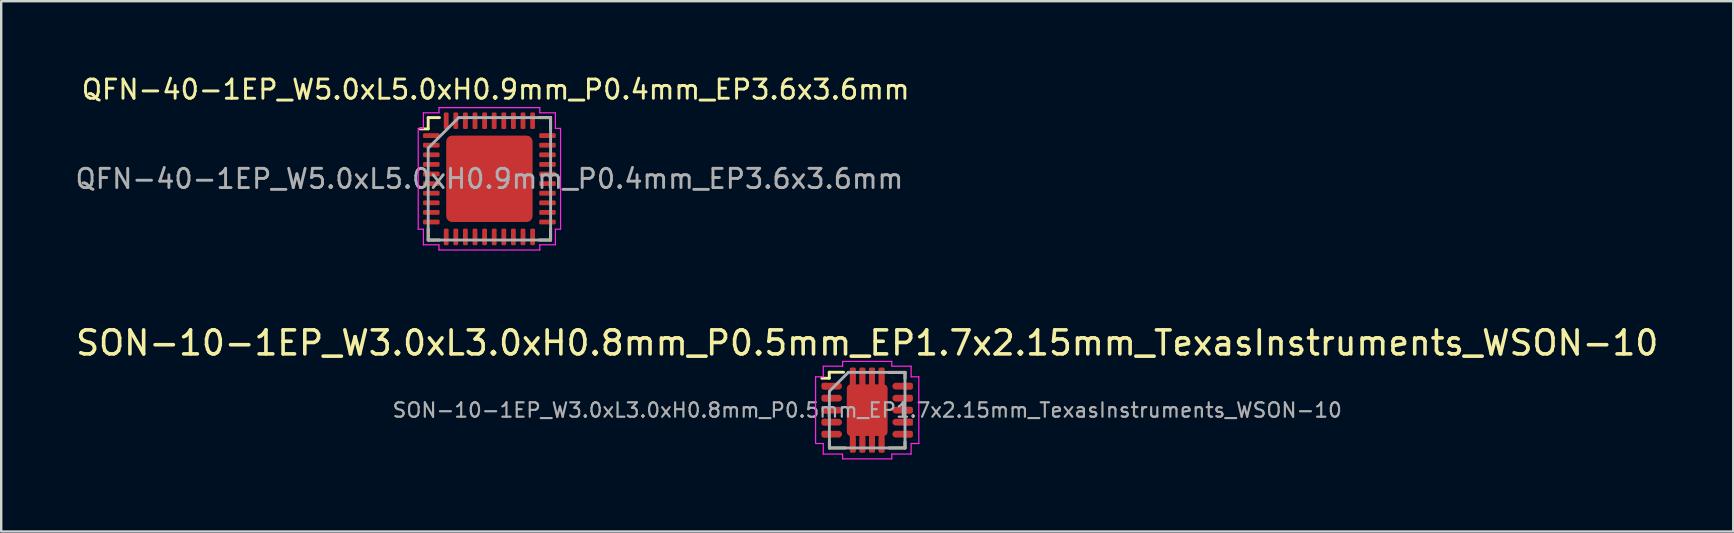
<source format=kicad_pcb>
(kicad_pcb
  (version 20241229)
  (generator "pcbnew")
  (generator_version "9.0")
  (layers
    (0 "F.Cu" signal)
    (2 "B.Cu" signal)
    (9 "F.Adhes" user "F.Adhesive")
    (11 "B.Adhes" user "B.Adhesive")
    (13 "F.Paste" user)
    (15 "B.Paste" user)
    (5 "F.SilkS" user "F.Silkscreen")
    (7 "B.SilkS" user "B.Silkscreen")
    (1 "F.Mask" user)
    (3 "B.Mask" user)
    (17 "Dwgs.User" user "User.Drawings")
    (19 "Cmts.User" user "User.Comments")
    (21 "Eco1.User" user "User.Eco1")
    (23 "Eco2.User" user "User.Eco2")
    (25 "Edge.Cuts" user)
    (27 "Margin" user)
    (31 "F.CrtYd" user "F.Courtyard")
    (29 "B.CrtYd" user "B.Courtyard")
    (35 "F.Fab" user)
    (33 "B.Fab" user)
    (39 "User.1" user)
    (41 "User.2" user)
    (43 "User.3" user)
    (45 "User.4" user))
  (footprint "QFN-40-1EP_W5.0xL5.0xH0.9mm_P0.4mm_EP3.6x3.6mm"
    (layer "F.Cu")
    (at 17.338 4.399)
    (property "Reference" "QFN-40-1EP_W5.0xL5.0xH0.9mm_P0.4mm_EP3.6x3.6mm" (at 0.26 -3.72 0) (layer "F.SilkS") (effects (font (size 0.8 0.8) (thickness 0.12))))
    (attr smd)
    (fp_line (start -2.55 -2.55) (end -2.08 -2.55) (stroke (width 0.12) (type solid)) (layer "F.SilkS"))
    (fp_line (start -2.55 -2.08) (end -2.88 -2.08) (stroke (width 0.12) (type solid)) (layer "F.SilkS"))
    (fp_line (start -2.55 -2.08) (end -2.55 -2.55) (stroke (width 0.12) (type solid)) (layer "F.SilkS"))
    (fp_line (start -2.55 2.08) (end -2.55 2.55) (stroke (width 0.12) (type solid)) (layer "F.SilkS"))
    (fp_line (start -2.55 2.55) (end -2.08 2.55) (stroke (width 0.12) (type solid)) (layer "F.SilkS"))
    (fp_line (start 2.55 -2.55) (end 2.08 -2.55) (stroke (width 0.12) (type solid)) (layer "F.SilkS"))
    (fp_line (start 2.55 -2.08) (end 2.55 -2.55) (stroke (width 0.12) (type solid)) (layer "F.SilkS"))
    (fp_line (start 2.55 2.08) (end 2.55 2.55) (stroke (width 0.12) (type solid)) (layer "F.SilkS"))
    (fp_line (start 2.55 2.55) (end 2.08 2.55) (stroke (width 0.12) (type solid)) (layer "F.SilkS"))
    (fp_line (start -2.965 -2.1) (end -2.965 2.1) (stroke (width 0.05) (type solid)) (layer "F.CrtYd"))
    (fp_line (start -2.965 2.1) (end -2.75 2.1) (stroke (width 0.05) (type solid)) (layer "F.CrtYd"))
    (fp_line (start -2.75 -2.75) (end -2.75 -2.1) (stroke (width 0.05) (type solid)) (layer "F.CrtYd"))
    (fp_line (start -2.75 -2.1) (end -2.965 -2.1) (stroke (width 0.05) (type solid)) (layer "F.CrtYd"))
    (fp_line (start -2.75 2.1) (end -2.75 2.75) (stroke (width 0.05) (type solid)) (layer "F.CrtYd"))
    (fp_line (start -2.75 2.75) (end -2.1 2.75) (stroke (width 0.05) (type solid)) (layer "F.CrtYd"))
    (fp_line (start -2.1 -2.965) (end -2.1 -2.75) (stroke (width 0.05) (type solid)) (layer "F.CrtYd"))
    (fp_line (start -2.1 -2.75) (end -2.75 -2.75) (stroke (width 0.05) (type solid)) (layer "F.CrtYd"))
    (fp_line (start -2.1 2.75) (end -2.1 2.965) (stroke (width 0.05) (type solid)) (layer "F.CrtYd"))
    (fp_line (start -2.1 2.965) (end 2.1 2.965) (stroke (width 0.05) (type solid)) (layer "F.CrtYd"))
    (fp_line (start 2.1 -2.965) (end -2.1 -2.965) (stroke (width 0.05) (type solid)) (layer "F.CrtYd"))
    (fp_line (start 2.1 -2.75) (end 2.1 -2.965) (stroke (width 0.05) (type solid)) (layer "F.CrtYd"))
    (fp_line (start 2.1 2.75) (end 2.75 2.75) (stroke (width 0.05) (type solid)) (layer "F.CrtYd"))
    (fp_line (start 2.1 2.965) (end 2.1 2.75) (stroke (width 0.05) (type solid)) (layer "F.CrtYd"))
    (fp_line (start 2.75 -2.75) (end 2.1 -2.75) (stroke (width 0.05) (type solid)) (layer "F.CrtYd"))
    (fp_line (start 2.75 -2.1) (end 2.75 -2.75) (stroke (width 0.05) (type solid)) (layer "F.CrtYd"))
    (fp_line (start 2.75 2.1) (end 2.965 2.1) (stroke (width 0.05) (type solid)) (layer "F.CrtYd"))
    (fp_line (start 2.75 2.75) (end 2.75 2.1) (stroke (width 0.05) (type solid)) (layer "F.CrtYd"))
    (fp_line (start 2.965 -2.1) (end 2.75 -2.1) (stroke (width 0.05) (type solid)) (layer "F.CrtYd"))
    (fp_line (start 2.965 2.1) (end 2.965 -2.1) (stroke (width 0.05) (type solid)) (layer "F.CrtYd"))
    (fp_line (start -2.55 -1.28) (end -1.28 -2.55) (stroke (width 0.12) (type solid)) (layer "F.Fab"))
    (fp_line (start -2.55 2.55) (end -2.55 -1.28) (stroke (width 0.12) (type solid)) (layer "F.Fab"))
    (fp_line (start -1.28 -2.55) (end 2.55 -2.55) (stroke (width 0.12) (type solid)) (layer "F.Fab"))
    (fp_line (start 2.55 -2.55) (end 2.55 2.55) (stroke (width 0.12) (type solid)) (layer "F.Fab"))
    (fp_line (start 2.55 2.55) (end -2.55 2.55) (stroke (width 0.12) (type solid)) (layer "F.Fab"))
    (fp_text user "${REFERENCE}" (at 0 0 0) (layer "F.Fab") (effects (font (size 0.8 0.8) (thickness 0.12))))
    (pad "" smd roundrect (at -0.9 -0.9) (size 1.27 1.27) (layers "F.Paste") (roundrect_rratio 0.25))
    (pad "" smd roundrect (at -0.9 0.9) (size 1.27 1.27) (layers "F.Paste") (roundrect_rratio 0.25))
    (pad "" smd roundrect (at 0.9 -0.9) (size 1.27 1.27) (layers "F.Paste") (roundrect_rratio 0.25))
    (pad "" smd roundrect (at 0.9 0.9) (size 1.27 1.27) (layers "F.Paste") (roundrect_rratio 0.25))
    (pad "1" smd roundrect (at -2.42 -1.8) (size 0.69 0.2) (layers "F.Cu" "F.Mask" "F.Paste") (roundrect_rratio 0.25))
    (pad "2" smd roundrect (at -2.42 -1.4) (size 0.69 0.2) (layers "F.Cu" "F.Mask" "F.Paste") (roundrect_rratio 0.25))
    (pad "3" smd roundrect (at -2.42 -1) (size 0.69 0.2) (layers "F.Cu" "F.Mask" "F.Paste") (roundrect_rratio 0.25))
    (pad "4" smd roundrect (at -2.42 -0.6) (size 0.69 0.2) (layers "F.Cu" "F.Mask" "F.Paste") (roundrect_rratio 0.25))
    (pad "5" smd roundrect (at -2.42 -0.2) (size 0.69 0.2) (layers "F.Cu" "F.Mask" "F.Paste") (roundrect_rratio 0.25))
    (pad "6" smd roundrect (at -2.42 0.2) (size 0.69 0.2) (layers "F.Cu" "F.Mask" "F.Paste") (roundrect_rratio 0.25))
    (pad "7" smd roundrect (at -2.42 0.6) (size 0.69 0.2) (layers "F.Cu" "F.Mask" "F.Paste") (roundrect_rratio 0.25))
    (pad "8" smd roundrect (at -2.42 1) (size 0.69 0.2) (layers "F.Cu" "F.Mask" "F.Paste") (roundrect_rratio 0.25))
    (pad "9" smd roundrect (at -2.42 1.4) (size 0.69 0.2) (layers "F.Cu" "F.Mask" "F.Paste") (roundrect_rratio 0.25))
    (pad "10" smd roundrect (at -2.42 1.8) (size 0.69 0.2) (layers "F.Cu" "F.Mask" "F.Paste") (roundrect_rratio 0.25))
    (pad "11" smd roundrect (at -1.8 2.42 90) (size 0.69 0.2) (layers "F.Cu" "F.Mask" "F.Paste") (roundrect_rratio 0.25))
    (pad "12" smd roundrect (at -1.4 2.42 90) (size 0.69 0.2) (layers "F.Cu" "F.Mask" "F.Paste") (roundrect_rratio 0.25))
    (pad "13" smd roundrect (at -1 2.42 90) (size 0.69 0.2) (layers "F.Cu" "F.Mask" "F.Paste") (roundrect_rratio 0.25))
    (pad "14" smd roundrect (at -0.6 2.42 90) (size 0.69 0.2) (layers "F.Cu" "F.Mask" "F.Paste") (roundrect_rratio 0.25))
    (pad "15" smd roundrect (at -0.2 2.42 90) (size 0.69 0.2) (layers "F.Cu" "F.Mask" "F.Paste") (roundrect_rratio 0.25))
    (pad "16" smd roundrect (at 0.2 2.42 90) (size 0.69 0.2) (layers "F.Cu" "F.Mask" "F.Paste") (roundrect_rratio 0.25))
    (pad "17" smd roundrect (at 0.6 2.42 90) (size 0.69 0.2) (layers "F.Cu" "F.Mask" "F.Paste") (roundrect_rratio 0.25))
    (pad "18" smd roundrect (at 1 2.42 90) (size 0.69 0.2) (layers "F.Cu" "F.Mask" "F.Paste") (roundrect_rratio 0.25))
    (pad "19" smd roundrect (at 1.4 2.42 90) (size 0.69 0.2) (layers "F.Cu" "F.Mask" "F.Paste") (roundrect_rratio 0.25))
    (pad "20" smd roundrect (at 1.8 2.42 90) (size 0.69 0.2) (layers "F.Cu" "F.Mask" "F.Paste") (roundrect_rratio 0.25))
    (pad "21" smd roundrect (at 2.42 1.8) (size 0.69 0.2) (layers "F.Cu" "F.Mask" "F.Paste") (roundrect_rratio 0.25))
    (pad "22" smd roundrect (at 2.42 1.4) (size 0.69 0.2) (layers "F.Cu" "F.Mask" "F.Paste") (roundrect_rratio 0.25))
    (pad "23" smd roundrect (at 2.42 1) (size 0.69 0.2) (layers "F.Cu" "F.Mask" "F.Paste") (roundrect_rratio 0.25))
    (pad "24" smd roundrect (at 2.42 0.6) (size 0.69 0.2) (layers "F.Cu" "F.Mask" "F.Paste") (roundrect_rratio 0.25))
    (pad "25" smd roundrect (at 2.42 0.2) (size 0.69 0.2) (layers "F.Cu" "F.Mask" "F.Paste") (roundrect_rratio 0.25))
    (pad "26" smd roundrect (at 2.42 -0.2) (size 0.69 0.2) (layers "F.Cu" "F.Mask" "F.Paste") (roundrect_rratio 0.25))
    (pad "27" smd roundrect (at 2.42 -0.6) (size 0.69 0.2) (layers "F.Cu" "F.Mask" "F.Paste") (roundrect_rratio 0.25))
    (pad "28" smd roundrect (at 2.42 -1) (size 0.69 0.2) (layers "F.Cu" "F.Mask" "F.Paste") (roundrect_rratio 0.25))
    (pad "29" smd roundrect (at 2.42 -1.4) (size 0.69 0.2) (layers "F.Cu" "F.Mask" "F.Paste") (roundrect_rratio 0.25))
    (pad "30" smd roundrect (at 2.42 -1.8) (size 0.69 0.2) (layers "F.Cu" "F.Mask" "F.Paste") (roundrect_rratio 0.25))
    (pad "31" smd roundrect (at 1.8 -2.42 90) (size 0.69 0.2) (layers "F.Cu" "F.Mask" "F.Paste") (roundrect_rratio 0.25))
    (pad "32" smd roundrect (at 1.4 -2.42 90) (size 0.69 0.2) (layers "F.Cu" "F.Mask" "F.Paste") (roundrect_rratio 0.25))
    (pad "33" smd roundrect (at 1 -2.42 90) (size 0.69 0.2) (layers "F.Cu" "F.Mask" "F.Paste") (roundrect_rratio 0.25))
    (pad "34" smd roundrect (at 0.6 -2.42 90) (size 0.69 0.2) (layers "F.Cu" "F.Mask" "F.Paste") (roundrect_rratio 0.25))
    (pad "35" smd roundrect (at 0.2 -2.42 90) (size 0.69 0.2) (layers "F.Cu" "F.Mask" "F.Paste") (roundrect_rratio 0.25))
    (pad "36" smd roundrect (at -0.2 -2.42 90) (size 0.69 0.2) (layers "F.Cu" "F.Mask" "F.Paste") (roundrect_rratio 0.25))
    (pad "37" smd roundrect (at -0.6 -2.42 90) (size 0.69 0.2) (layers "F.Cu" "F.Mask" "F.Paste") (roundrect_rratio 0.25))
    (pad "38" smd roundrect (at -1 -2.42 90) (size 0.69 0.2) (layers "F.Cu" "F.Mask" "F.Paste") (roundrect_rratio 0.25))
    (pad "39" smd roundrect (at -1.4 -2.42 90) (size 0.69 0.2) (layers "F.Cu" "F.Mask" "F.Paste") (roundrect_rratio 0.25))
    (pad "40" smd roundrect (at -1.8 -2.42 90) (size 0.69 0.2) (layers "F.Cu" "F.Mask" "F.Paste") (roundrect_rratio 0.25))
    (pad "41" smd roundrect (at 0 0) (size 3.6 3.6) (layers "F.Cu" "F.Mask") (roundrect_rratio 0.069)))
  (footprint "SON-10-1EP_W3.0xL3.0xH0.8mm_P0.5mm_EP1.7x2.15mm_TexasInstruments_WSON-10"
    (layer "F.Cu")
    (at 33.077 14.037)
    (property "Reference" "SON-10-1EP_W3.0xL3.0xH0.8mm_P0.5mm_EP1.7x2.15mm_TexasInstruments_WSON-10" (at 0 -2.8 0) (unlocked yes) (layer "F.SilkS") (effects (font (size 1 1) (thickness 0.15))))
    (attr smd)
    (fp_line (start -1.58 -1.58) (end -0.985 -1.58) (stroke (width 0.12) (type solid)) (layer "F.SilkS"))
    (fp_line (start -1.58 -1.33) (end -1.89 -1.33) (stroke (width 0.12) (type solid)) (layer "F.SilkS"))
    (fp_line (start -1.58 -1.33) (end -1.58 -1.58) (stroke (width 0.12) (type solid)) (layer "F.SilkS"))
    (fp_line (start -1.575 1.575) (end -1.575 1.325) (stroke (width 0.12) (type solid)) (layer "F.SilkS"))
    (fp_line (start -1.575 1.575) (end -0.91 1.575) (stroke (width 0.12) (type solid)) (layer "F.SilkS"))
    (fp_line (start 0.91 -1.575) (end 1.575 -1.575) (stroke (width 0.12) (type solid)) (layer "F.SilkS"))
    (fp_line (start 0.91 1.575) (end 1.575 1.575) (stroke (width 0.12) (type solid)) (layer "F.SilkS"))
    (fp_line (start 1.575 -1.325) (end 1.575 -1.575) (stroke (width 0.12) (type solid)) (layer "F.SilkS"))
    (fp_line (start 1.575 1.325) (end 1.575 1.575) (stroke (width 0.12) (type solid)) (layer "F.SilkS"))
    (fp_line (start -2.15 -1.39) (end -2.15 1.39) (stroke (width 0.05) (type solid)) (layer "F.CrtYd"))
    (fp_line (start -2.15 -1.39) (end -1.83 -1.39) (stroke (width 0.05) (type solid)) (layer "F.CrtYd"))
    (fp_line (start -2.15 1.39) (end -1.83 1.39) (stroke (width 0.05) (type solid)) (layer "F.CrtYd"))
    (fp_line (start -1.83 -1.83) (end -1.83 -1.39) (stroke (width 0.05) (type solid)) (layer "F.CrtYd"))
    (fp_line (start -1.83 -1.83) (end -1.03 -1.83) (stroke (width 0.05) (type solid)) (layer "F.CrtYd"))
    (fp_line (start -1.83 1.83) (end -1.83 1.39) (stroke (width 0.05) (type solid)) (layer "F.CrtYd"))
    (fp_line (start -1.83 1.83) (end -1.03 1.83) (stroke (width 0.05) (type solid)) (layer "F.CrtYd"))
    (fp_line (start -1.025 -2.03) (end 1.025 -2.03) (stroke (width 0.05) (type solid)) (layer "F.CrtYd"))
    (fp_line (start -1.025 -1.83) (end -1.025 -2.03) (stroke (width 0.05) (type solid)) (layer "F.CrtYd"))
    (fp_line (start -1.025 1.83) (end -1.025 2.03) (stroke (width 0.05) (type solid)) (layer "F.CrtYd"))
    (fp_line (start -1.025 2.03) (end 1.025 2.03) (stroke (width 0.05) (type solid)) (layer "F.CrtYd"))
    (fp_line (start 1.025 -1.83) (end 1.025 -2.03) (stroke (width 0.05) (type solid)) (layer "F.CrtYd"))
    (fp_line (start 1.025 1.83) (end 1.025 2.03) (stroke (width 0.05) (type solid)) (layer "F.CrtYd"))
    (fp_line (start 1.83 -1.83) (end 1.03 -1.83) (stroke (width 0.05) (type solid)) (layer "F.CrtYd"))
    (fp_line (start 1.83 -1.83) (end 1.83 -1.39) (stroke (width 0.05) (type solid)) (layer "F.CrtYd"))
    (fp_line (start 1.83 1.83) (end 1.03 1.83) (stroke (width 0.05) (type solid)) (layer "F.CrtYd"))
    (fp_line (start 1.83 1.83) (end 1.83 1.39) (stroke (width 0.05) (type solid)) (layer "F.CrtYd"))
    (fp_line (start 2.15 -1.39) (end 1.83 -1.39) (stroke (width 0.05) (type solid)) (layer "F.CrtYd"))
    (fp_line (start 2.15 -1.39) (end 2.15 1.39) (stroke (width 0.05) (type solid)) (layer "F.CrtYd"))
    (fp_line (start 2.15 1.39) (end 1.83 1.39) (stroke (width 0.05) (type solid)) (layer "F.CrtYd"))
    (fp_line (start -1.575 1.575) (end -1.575 -0.787) (stroke (width 0.12) (type solid)) (layer "F.Fab"))
    (fp_line (start -0.787 -1.575) (end -1.575 -0.787) (stroke (width 0.12) (type solid)) (layer "F.Fab"))
    (fp_line (start -0.787 -1.575) (end 1.575 -1.575) (stroke (width 0.12) (type solid)) (layer "F.Fab"))
    (fp_line (start 1.575 -1.575) (end 1.575 1.575) (stroke (width 0.12) (type solid)) (layer "F.Fab"))
    (fp_line (start 1.575 1.575) (end -1.575 1.575) (stroke (width 0.12) (type solid)) (layer "F.Fab"))
    (fp_text user "${REFERENCE}" (at 0 0 0) (layer "F.Fab") (effects (font (size 0.6 0.6) (thickness 0.09))))
    (pad "1" smd roundrect (at -1.76 -1) (size 0.28 0.28) (layers "F.Cu" "F.Mask" "F.Paste") (roundrect_rratio 0.25))
    (pad "1" smd oval (at -1.475 -1) (size 0.85 0.28) (layers "F.Cu" "F.Mask" "F.Paste"))
    (pad "2" smd roundrect (at -1.76 -0.5) (size 0.28 0.28) (layers "F.Cu" "F.Mask" "F.Paste") (roundrect_rratio 0.25))
    (pad "2" smd oval (at -1.475 -0.5) (size 0.85 0.28) (layers "F.Cu" "F.Mask" "F.Paste"))
    (pad "3" smd roundrect (at -1.76 0) (size 0.28 0.28) (layers "F.Cu" "F.Mask" "F.Paste") (roundrect_rratio 0.25))
    (pad "3" smd oval (at -1.475 0) (size 0.85 0.28) (layers "F.Cu" "F.Mask" "F.Paste"))
    (pad "4" smd roundrect (at -1.76 0.5) (size 0.28 0.28) (layers "F.Cu" "F.Mask" "F.Paste") (roundrect_rratio 0.25))
    (pad "4" smd oval (at -1.475 0.5) (size 0.85 0.28) (layers "F.Cu" "F.Mask" "F.Paste"))
    (pad "5" smd roundrect (at -1.76 1) (size 0.28 0.28) (layers "F.Cu" "F.Mask" "F.Paste") (roundrect_rratio 0.25))
    (pad "5" smd oval (at -1.475 1) (size 0.85 0.28) (layers "F.Cu" "F.Mask" "F.Paste"))
    (pad "6" smd oval (at 1.475 1) (size 0.85 0.28) (layers "F.Cu" "F.Mask" "F.Paste"))
    (pad "6" smd roundrect (at 1.76 1) (size 0.28 0.28) (layers "F.Cu" "F.Mask" "F.Paste") (roundrect_rratio 0.25))
    (pad "7" smd oval (at 1.475 0.5) (size 0.85 0.28) (layers "F.Cu" "F.Mask" "F.Paste"))
    (pad "7" smd rect (at 1.76 0.5) (size 0.28 0.28) (layers "F.Cu" "F.Mask" "F.Paste"))
    (pad "8" smd oval (at 1.475 0) (size 0.85 0.28) (layers "F.Cu" "F.Mask" "F.Paste"))
    (pad "8" smd roundrect (at 1.76 0) (size 0.28 0.28) (layers "F.Cu" "F.Mask" "F.Paste") (roundrect_rratio 0.25))
    (pad "9" smd oval (at 1.475 -0.5) (size 0.85 0.28) (layers "F.Cu" "F.Mask" "F.Paste"))
    (pad "9" smd roundrect (at 1.76 -0.5) (size 0.28 0.28) (layers "F.Cu" "F.Mask" "F.Paste") (roundrect_rratio 0.25))
    (pad "10" smd oval (at 1.475 -1) (size 0.85 0.28) (layers "F.Cu" "F.Mask" "F.Paste"))
    (pad "10" smd roundrect (at 1.76 -1) (size 0.28 0.28) (layers "F.Cu" "F.Mask" "F.Paste") (roundrect_rratio 0.25))
    (pad "11" smd roundrect (at -0.6 -1.425) (size 0.23 0.6) (layers "F.Cu" "F.Mask" "F.Paste") (roundrect_rratio 0.25))
    (pad "11" smd roundrect (at -0.6 -1.375) (size 0.25 0.8) (layers "F.Cu" "F.Mask") (roundrect_rratio 0.25))
    (pad "11" smd roundrect (at -0.6 1.375 180) (size 0.25 0.8) (layers "F.Cu" "F.Mask") (roundrect_rratio 0.25))
    (pad "11" smd roundrect (at -0.6 1.425 180) (size 0.23 0.6) (layers "F.Cu" "F.Mask" "F.Paste") (roundrect_rratio 0.25))
    (pad "11" smd roundrect (at -0.435 -0.56) (size 0.65 0.9) (layers "F.Cu" "F.Mask" "F.Paste") (roundrect_rratio 0.25))
    (pad "11" smd roundrect (at -0.435 0.56) (size 0.65 0.9) (layers "F.Cu" "F.Mask" "F.Paste") (roundrect_rratio 0.25))
    (pad "11" smd roundrect (at -0.2 -1.425) (size 0.23 0.6) (layers "F.Cu" "F.Mask" "F.Paste") (roundrect_rratio 0.25))
    (pad "11" smd roundrect (at -0.2 -1.375) (size 0.25 0.8) (layers "F.Cu" "F.Mask") (roundrect_rratio 0.25))
    (pad "11" smd roundrect (at -0.2 1.375 180) (size 0.25 0.8) (layers "F.Cu" "F.Mask") (roundrect_rratio 0.25))
    (pad "11" smd roundrect (at -0.2 1.425 180) (size 0.23 0.6) (layers "F.Cu" "F.Mask" "F.Paste") (roundrect_rratio 0.25))
    (pad "11" smd roundrect (at 0 0) (size 1.7 2.15) (layers "F.Cu" "F.Mask") (roundrect_rratio 0.1))
    (pad "11" smd roundrect (at 0.2 -1.425) (size 0.23 0.6) (layers "F.Cu" "F.Mask" "F.Paste") (roundrect_rratio 0.25))
    (pad "11" smd roundrect (at 0.2 -1.375) (size 0.25 0.8) (layers "F.Cu" "F.Mask") (roundrect_rratio 0.25))
    (pad "11" smd roundrect (at 0.2 1.375 180) (size 0.25 0.8) (layers "F.Cu" "F.Mask") (roundrect_rratio 0.25))
    (pad "11" smd roundrect (at 0.2 1.425 180) (size 0.23 0.6) (layers "F.Cu" "F.Mask" "F.Paste") (roundrect_rratio 0.25))
    (pad "11" smd roundrect (at 0.435 -0.56) (size 0.65 0.9) (layers "F.Cu" "F.Mask" "F.Paste") (roundrect_rratio 0.25))
    (pad "11" smd roundrect (at 0.435 0.56) (size 0.65 0.9) (layers "F.Cu" "F.Mask" "F.Paste") (roundrect_rratio 0.25))
    (pad "11" smd roundrect (at 0.6 -1.425) (size 0.23 0.6) (layers "F.Cu" "F.Mask" "F.Paste") (roundrect_rratio 0.25))
    (pad "11" smd roundrect (at 0.6 -1.375) (size 0.25 0.8) (layers "F.Cu" "F.Mask") (roundrect_rratio 0.25))
    (pad "11" smd roundrect (at 0.6 1.375 180) (size 0.25 0.8) (layers "F.Cu" "F.Mask") (roundrect_rratio 0.25))
    (pad "11" smd roundrect (at 0.6 1.425 180) (size 0.23 0.6) (layers "F.Cu" "F.Mask" "F.Paste") (roundrect_rratio 0.25)))
  (gr_rect
    (start -3 -3)
    (end 69.155 19.092)
    (stroke (width 0.1) (type default))
    (fill no)
    (layer "Edge.Cuts")))
</source>
